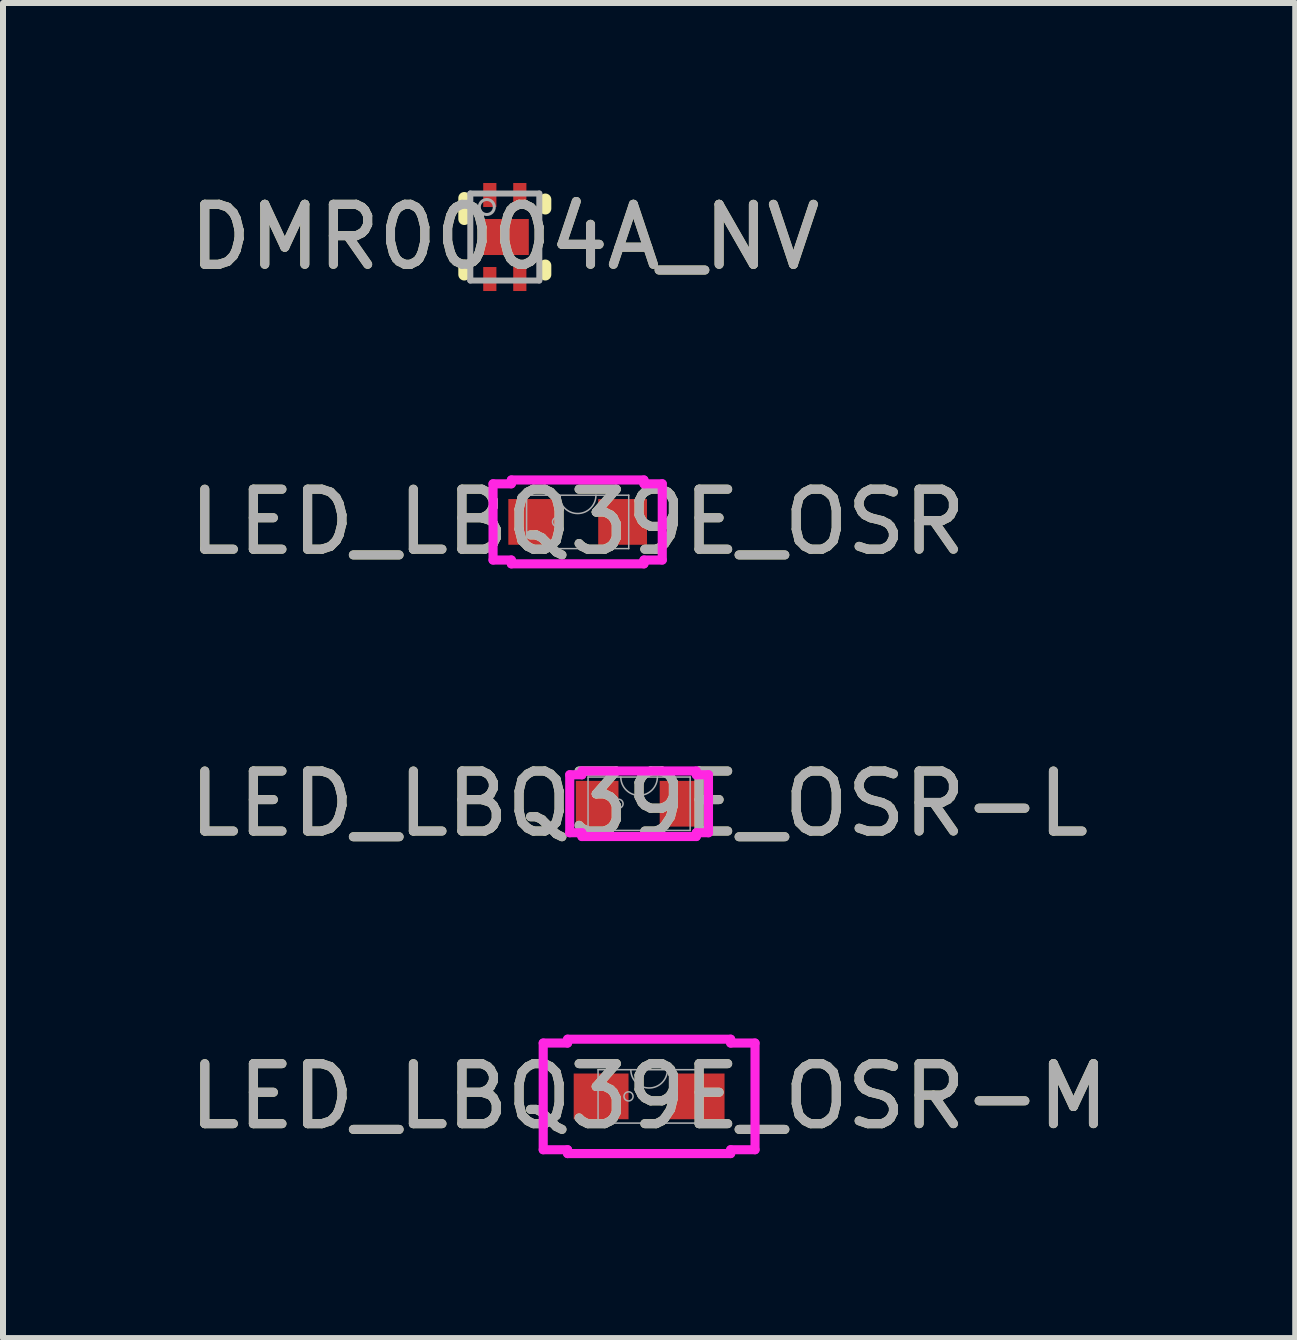
<source format=kicad_pcb>
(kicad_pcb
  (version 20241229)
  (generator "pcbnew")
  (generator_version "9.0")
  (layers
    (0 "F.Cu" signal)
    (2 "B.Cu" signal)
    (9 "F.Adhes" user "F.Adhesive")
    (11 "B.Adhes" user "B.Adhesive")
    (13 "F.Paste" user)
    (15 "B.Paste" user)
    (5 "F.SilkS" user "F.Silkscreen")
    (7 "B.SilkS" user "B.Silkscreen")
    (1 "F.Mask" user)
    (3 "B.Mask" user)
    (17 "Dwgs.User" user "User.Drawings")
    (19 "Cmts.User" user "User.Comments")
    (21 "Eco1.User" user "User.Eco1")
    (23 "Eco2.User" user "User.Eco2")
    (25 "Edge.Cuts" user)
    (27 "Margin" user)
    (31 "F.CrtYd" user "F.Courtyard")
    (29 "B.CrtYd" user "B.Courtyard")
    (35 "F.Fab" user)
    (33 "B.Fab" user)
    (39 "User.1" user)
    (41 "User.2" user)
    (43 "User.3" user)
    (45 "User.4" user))
  (footprint "DMR0004A_NV"
    (layer "F.Cu")
    (at 5.363 0.9)
    (property "Reference" "DMR0004A_NV" (at 0 0 0) (unlocked yes) (layer "F.SilkS") (effects (font (size 1 1) (thickness 0.15))))
    (attr smd)
    (fp_line (start -0.675 -0.3) (end -0.675 -0.65) (stroke (width 0.2) (type solid)) (layer "F.SilkS"))
    (fp_line (start -0.675 0.625) (end -0.675 0.475) (stroke (width 0.2) (type solid)) (layer "F.SilkS"))
    (fp_line (start 0.675 -0.475) (end 0.675 -0.625) (stroke (width 0.2) (type solid)) (layer "F.SilkS"))
    (fp_line (start 0.675 0.625) (end 0.675 0.475) (stroke (width 0.2) (type solid)) (layer "F.SilkS"))
    (fp_poly (pts (xy -0.38 0.234) (xy -0.38 -0.234) (xy -0.379 -0.244) (xy -0.376 -0.253) (xy -0.371 -0.262) (xy -0.365 -0.27) (xy -0.357 -0.276) (xy -0.348 -0.281) (xy -0.339 -0.284) (xy -0.329 -0.285) (xy 0.329 -0.285) (xy 0.339 -0.284) (xy 0.348 -0.281) (xy 0.357 -0.276) (xy 0.365 -0.27) (xy 0.371 -0.262) (xy 0.376 -0.253) (xy 0.379 -0.244) (xy 0.38 -0.234) (xy 0.38 0.234) (xy 0.379 0.244) (xy 0.376 0.253) (xy 0.371 0.262) (xy 0.365 0.27) (xy 0.357 0.276) (xy 0.348 0.281) (xy 0.339 0.284) (xy 0.329 0.285) (xy -0.329 0.285) (xy -0.339 0.284) (xy -0.348 0.281) (xy -0.357 0.276) (xy -0.365 0.27) (xy -0.371 0.262) (xy -0.376 0.253) (xy -0.379 0.244)) (stroke (width 0) (type solid)) (fill yes) (layer "F.Paste"))
    (fp_line (start -0.575 -0.725) (end 0.575 -0.725) (stroke (width 0.1) (type solid)) (layer "F.Fab"))
    (fp_line (start -0.575 0.725) (end -0.575 -0.725) (stroke (width 0.1) (type solid)) (layer "F.Fab"))
    (fp_line (start -0.575 0.725) (end 0.575 0.725) (stroke (width 0.1) (type solid)) (layer "F.Fab"))
    (fp_line (start 0.575 0.725) (end 0.575 -0.725) (stroke (width 0.1) (type solid)) (layer "F.Fab"))
    (fp_circle (center -0.3 -0.5) (end -0.175 -0.5) (stroke (width 0.05) (type solid)) (fill no) (layer "F.Fab"))
    (fp_text user "${REFERENCE}" (at 0 0 0) (unlocked yes) (layer "F.Fab") (effects (font (size 1 1) (thickness 0.15))))
    (pad "1" smd rect (at -0.25 -0.7) (size 0.22 0.4) (layers "F.Cu" "F.Mask" "F.Paste"))
    (pad "2" smd rect (at -0.25 0.7) (size 0.22 0.4) (layers "F.Cu" "F.Mask" "F.Paste"))
    (pad "3" smd rect (at 0.25 0.7) (size 0.22 0.4) (layers "F.Cu" "F.Mask" "F.Paste"))
    (pad "4" smd rect (at 0.25 -0.7) (size 0.22 0.4) (layers "F.Cu" "F.Mask" "F.Paste"))
    (pad "5" smd rect (at 0 0) (size 0.8 0.6) (layers "F.Cu" "F.Mask")))
  (footprint "LED_LBQ39E_OSR-M"
    (layer "F.Cu")
    (at 7.768 15.222)
    (property "Reference" "LED_LBQ39E_OSR-M" (at 0 0 0) (unlocked yes) (layer "F.SilkS") (effects (font (size 1 1) (thickness 0.15))))
    (attr smd)
    (fp_line (start -1.765 -0.889) (end -1.359 -0.889) (stroke (width 0.152) (type solid)) (layer "F.CrtYd"))
    (fp_line (start -1.765 0.889) (end -1.765 -0.889) (stroke (width 0.152) (type solid)) (layer "F.CrtYd"))
    (fp_line (start -1.765 0.889) (end -1.359 0.889) (stroke (width 0.152) (type solid)) (layer "F.CrtYd"))
    (fp_line (start -1.359 -0.953) (end 1.359 -0.953) (stroke (width 0.152) (type solid)) (layer "F.CrtYd"))
    (fp_line (start -1.359 -0.889) (end -1.359 -0.953) (stroke (width 0.152) (type solid)) (layer "F.CrtYd"))
    (fp_line (start -1.359 0.953) (end -1.359 0.889) (stroke (width 0.152) (type solid)) (layer "F.CrtYd"))
    (fp_line (start 1.359 -0.953) (end 1.359 -0.889) (stroke (width 0.152) (type solid)) (layer "F.CrtYd"))
    (fp_line (start 1.359 0.889) (end 1.359 0.953) (stroke (width 0.152) (type solid)) (layer "F.CrtYd"))
    (fp_line (start 1.359 0.953) (end -1.359 0.953) (stroke (width 0.152) (type solid)) (layer "F.CrtYd"))
    (fp_line (start 1.765 -0.889) (end 1.359 -0.889) (stroke (width 0.152) (type solid)) (layer "F.CrtYd"))
    (fp_line (start 1.765 -0.889) (end 1.765 0.889) (stroke (width 0.152) (type solid)) (layer "F.CrtYd"))
    (fp_line (start 1.765 0.889) (end 1.359 0.889) (stroke (width 0.152) (type solid)) (layer "F.CrtYd"))
    (fp_line (start -0.851 -0.445) (end -0.851 0.445) (stroke (width 0.025) (type solid)) (layer "F.Fab"))
    (fp_line (start -0.851 0.445) (end 0.851 0.445) (stroke (width 0.025) (type solid)) (layer "F.Fab"))
    (fp_line (start 0.851 -0.445) (end -0.851 -0.445) (stroke (width 0.025) (type solid)) (layer "F.Fab"))
    (fp_line (start 0.851 0.445) (end 0.851 -0.445) (stroke (width 0.025) (type solid)) (layer "F.Fab"))
    (fp_arc (start 0.3048 -0.4445) (mid 0 -0.1397) (end -0.3048 -0.4445) (stroke (width 0.0254) (type solid)) (layer "F.Fab"))
    (fp_circle (center -0.343 0) (end -0.267 0) (stroke (width 0.025) (type solid)) (fill no) (layer "F.Fab"))
    (fp_text user "${REFERENCE}" (at 0 0 0) (unlocked yes) (layer "F.Fab") (effects (font (size 1 1) (thickness 0.15))))
    (pad "1" smd rect (at -0.8 0) (size 0.914 0.762) (layers "F.Cu" "F.Mask" "F.Paste"))
    (pad "2" smd rect (at 0.8 0) (size 0.914 0.762) (layers "F.Cu" "F.Mask" "F.Paste")))
  (footprint "LED_LBQ39E_OSR-L"
    (layer "F.Cu")
    (at 7.601 10.345)
    (property "Reference" "LED_LBQ39E_OSR-L" (at 0 0 0) (unlocked yes) (layer "F.SilkS") (effects (font (size 1 1) (thickness 0.15))))
    (attr smd)
    (fp_line (start -1.156 -0.483) (end -0.953 -0.483) (stroke (width 0.152) (type solid)) (layer "F.CrtYd"))
    (fp_line (start -1.156 0.483) (end -1.156 -0.483) (stroke (width 0.152) (type solid)) (layer "F.CrtYd"))
    (fp_line (start -1.156 0.483) (end -0.953 0.483) (stroke (width 0.152) (type solid)) (layer "F.CrtYd"))
    (fp_line (start -0.953 -0.546) (end 0.953 -0.546) (stroke (width 0.152) (type solid)) (layer "F.CrtYd"))
    (fp_line (start -0.953 -0.483) (end -0.953 -0.546) (stroke (width 0.152) (type solid)) (layer "F.CrtYd"))
    (fp_line (start -0.953 0.546) (end -0.953 0.483) (stroke (width 0.152) (type solid)) (layer "F.CrtYd"))
    (fp_line (start 0.953 -0.546) (end 0.953 -0.483) (stroke (width 0.152) (type solid)) (layer "F.CrtYd"))
    (fp_line (start 0.953 0.483) (end 0.953 0.546) (stroke (width 0.152) (type solid)) (layer "F.CrtYd"))
    (fp_line (start 0.953 0.546) (end -0.953 0.546) (stroke (width 0.152) (type solid)) (layer "F.CrtYd"))
    (fp_line (start 1.156 -0.483) (end 0.953 -0.483) (stroke (width 0.152) (type solid)) (layer "F.CrtYd"))
    (fp_line (start 1.156 -0.483) (end 1.156 0.483) (stroke (width 0.152) (type solid)) (layer "F.CrtYd"))
    (fp_line (start 1.156 0.483) (end 0.953 0.483) (stroke (width 0.152) (type solid)) (layer "F.CrtYd"))
    (fp_line (start -0.851 -0.445) (end -0.851 0.445) (stroke (width 0.025) (type solid)) (layer "F.Fab"))
    (fp_line (start -0.851 0.445) (end 0.851 0.445) (stroke (width 0.025) (type solid)) (layer "F.Fab"))
    (fp_line (start 0.851 -0.445) (end -0.851 -0.445) (stroke (width 0.025) (type solid)) (layer "F.Fab"))
    (fp_line (start 0.851 0.445) (end 0.851 -0.445) (stroke (width 0.025) (type solid)) (layer "F.Fab"))
    (fp_arc (start 0.3048 -0.4445) (mid 0 -0.1397) (end -0.3048 -0.4445) (stroke (width 0.0254) (type solid)) (layer "F.Fab"))
    (fp_circle (center -0.343 0) (end -0.267 0) (stroke (width 0.025) (type solid)) (fill no) (layer "F.Fab"))
    (fp_text user "${REFERENCE}" (at 0 0 0) (unlocked yes) (layer "F.Fab") (effects (font (size 1 1) (thickness 0.15))))
    (pad "1" smd rect (at -0.699 0) (size 0.711 0.762) (layers "F.Cu" "F.Mask" "F.Paste"))
    (pad "2" smd rect (at 0.699 0) (size 0.711 0.762) (layers "F.Cu" "F.Mask" "F.Paste")))
  (footprint "LED_LBQ39E_OSR"
    (layer "F.Cu")
    (at 6.577 5.648)
    (property "Reference" "LED_LBQ39E_OSR" (at 0 0 0) (unlocked yes) (layer "F.SilkS") (effects (font (size 1 1) (thickness 0.15))))
    (attr smd)
    (fp_line (start -1.41 -0.635) (end -1.105 -0.635) (stroke (width 0.152) (type solid)) (layer "F.CrtYd"))
    (fp_line (start -1.41 0.635) (end -1.41 -0.635) (stroke (width 0.152) (type solid)) (layer "F.CrtYd"))
    (fp_line (start -1.41 0.635) (end -1.105 0.635) (stroke (width 0.152) (type solid)) (layer "F.CrtYd"))
    (fp_line (start -1.105 -0.699) (end 1.105 -0.699) (stroke (width 0.152) (type solid)) (layer "F.CrtYd"))
    (fp_line (start -1.105 -0.635) (end -1.105 -0.699) (stroke (width 0.152) (type solid)) (layer "F.CrtYd"))
    (fp_line (start -1.105 0.699) (end -1.105 0.635) (stroke (width 0.152) (type solid)) (layer "F.CrtYd"))
    (fp_line (start 1.105 -0.699) (end 1.105 -0.635) (stroke (width 0.152) (type solid)) (layer "F.CrtYd"))
    (fp_line (start 1.105 0.635) (end 1.105 0.699) (stroke (width 0.152) (type solid)) (layer "F.CrtYd"))
    (fp_line (start 1.105 0.699) (end -1.105 0.699) (stroke (width 0.152) (type solid)) (layer "F.CrtYd"))
    (fp_line (start 1.41 -0.635) (end 1.105 -0.635) (stroke (width 0.152) (type solid)) (layer "F.CrtYd"))
    (fp_line (start 1.41 -0.635) (end 1.41 0.635) (stroke (width 0.152) (type solid)) (layer "F.CrtYd"))
    (fp_line (start 1.41 0.635) (end 1.105 0.635) (stroke (width 0.152) (type solid)) (layer "F.CrtYd"))
    (fp_line (start -0.851 -0.445) (end -0.851 0.445) (stroke (width 0.025) (type solid)) (layer "F.Fab"))
    (fp_line (start -0.851 0.445) (end 0.851 0.445) (stroke (width 0.025) (type solid)) (layer "F.Fab"))
    (fp_line (start 0.851 -0.445) (end -0.851 -0.445) (stroke (width 0.025) (type solid)) (layer "F.Fab"))
    (fp_line (start 0.851 0.445) (end 0.851 -0.445) (stroke (width 0.025) (type solid)) (layer "F.Fab"))
    (fp_arc (start 0.3048 -0.4445) (mid 0 -0.1397) (end -0.3048 -0.4445) (stroke (width 0.0254) (type solid)) (layer "F.Fab"))
    (fp_circle (center -0.343 0) (end -0.267 0) (stroke (width 0.025) (type solid)) (fill no) (layer "F.Fab"))
    (fp_text user "${REFERENCE}" (at 0 0 0) (unlocked yes) (layer "F.Fab") (effects (font (size 1 1) (thickness 0.15))))
    (pad "1" smd rect (at -0.749 0) (size 0.813 0.762) (layers "F.Cu" "F.Mask" "F.Paste"))
    (pad "2" smd rect (at 0.749 0) (size 0.813 0.762) (layers "F.Cu" "F.Mask" "F.Paste")))
  (gr_rect
    (start -3 -3)
    (end 18.536 19.25)
    (stroke (width 0.1) (type default))
    (fill no)
    (layer "Edge.Cuts")))
</source>
